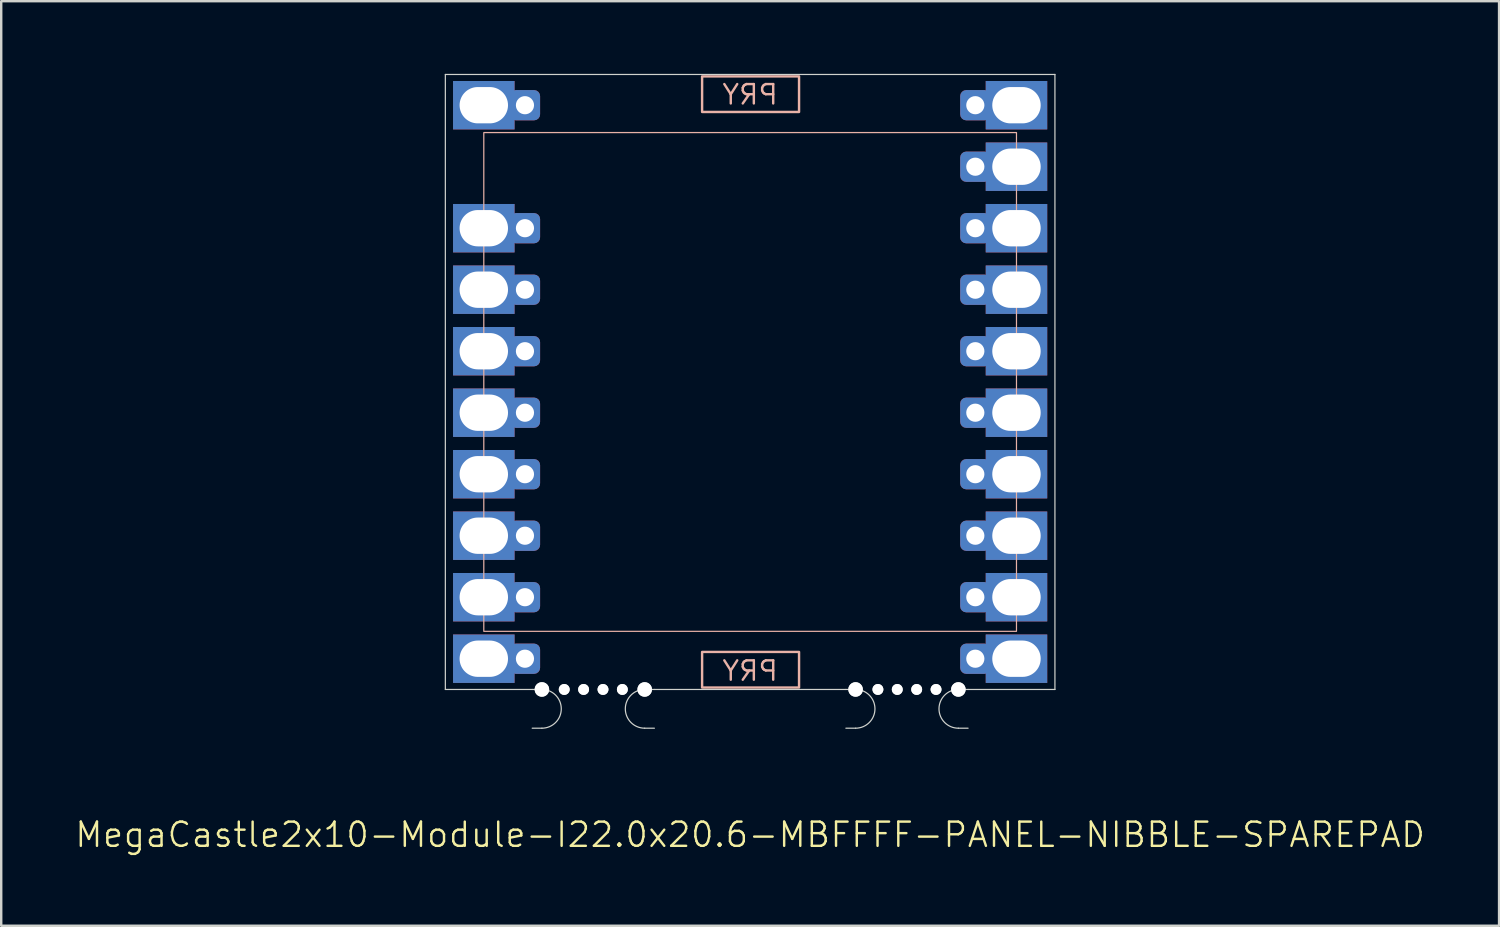
<source format=kicad_pcb>
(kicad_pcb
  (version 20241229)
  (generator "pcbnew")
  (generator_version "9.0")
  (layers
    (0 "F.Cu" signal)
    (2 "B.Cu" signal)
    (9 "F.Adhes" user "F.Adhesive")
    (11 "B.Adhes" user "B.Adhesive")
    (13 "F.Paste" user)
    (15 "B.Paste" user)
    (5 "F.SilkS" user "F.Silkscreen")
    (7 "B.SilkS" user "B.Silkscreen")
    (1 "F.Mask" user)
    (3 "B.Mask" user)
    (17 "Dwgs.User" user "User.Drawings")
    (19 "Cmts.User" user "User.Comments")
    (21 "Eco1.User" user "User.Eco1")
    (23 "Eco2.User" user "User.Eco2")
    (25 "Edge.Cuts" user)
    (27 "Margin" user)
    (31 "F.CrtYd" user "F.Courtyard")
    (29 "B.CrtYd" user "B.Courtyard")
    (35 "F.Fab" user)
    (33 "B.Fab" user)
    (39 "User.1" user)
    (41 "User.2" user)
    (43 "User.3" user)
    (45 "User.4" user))
  (footprint "MegaCastle2x10-Module-I22.0x20.6-MBFFFF-PANEL-NIBBLE-SPAREPAD"
    (layer "F.Cu")
    (at 27.931 12.725)
    (property "Reference" "MegaCastle2x10-Module-I22.0x20.6-MBFFFF-PANEL-NIBBLE-SPAREPAD" (at 0 18.7 0) (unlocked yes) (layer "F.SilkS") (effects (font (size 1 1) (thickness 0.1))))
    (attr smd)
    (fp_rect (start -11 10.3) (end 11 -10.3) (stroke (width 0.05) (type default)) (fill no) (layer "B.SilkS"))
    (fp_rect (start -1.984 -11.151) (end 2.02 -12.62) (stroke (width 0.1) (type default)) (fill no) (layer "B.SilkS"))
    (fp_rect (start -1.984 11.151) (end 2.02 12.62) (stroke (width 0.1) (type default)) (fill no) (layer "B.SilkS"))
    (fp_line (start -12.588 -12.7) (end -12.588 12.7) (stroke (width 0.05) (type default)) (layer "Edge.Cuts"))
    (fp_line (start -12.588 -12.7) (end 12.588 -12.7) (stroke (width 0.05) (type default)) (layer "Edge.Cuts"))
    (fp_line (start -12.588 12.7) (end -9 12.7) (stroke (width 0.05) (type default)) (layer "Edge.Cuts"))
    (fp_line (start -9 12.7) (end -8.6 12.7) (stroke (width 0.05) (type default)) (layer "Edge.Cuts"))
    (fp_line (start -9 14.3) (end -8.6 14.3) (stroke (width 0.05) (type default)) (layer "Edge.Cuts"))
    (fp_line (start -3.955 12.7) (end -4.355 12.7) (stroke (width 0.05) (type default)) (layer "Edge.Cuts"))
    (fp_line (start -3.955 12.7) (end 3.955 12.7) (stroke (width 0.05) (type default)) (layer "Edge.Cuts"))
    (fp_line (start -3.955 14.3) (end -4.355 14.3) (stroke (width 0.05) (type default)) (layer "Edge.Cuts"))
    (fp_line (start 3.955 12.7) (end 4.355 12.7) (stroke (width 0.05) (type default)) (layer "Edge.Cuts"))
    (fp_line (start 3.955 14.3) (end 4.355 14.3) (stroke (width 0.05) (type default)) (layer "Edge.Cuts"))
    (fp_line (start 9 12.7) (end 8.6 12.7) (stroke (width 0.05) (type default)) (layer "Edge.Cuts"))
    (fp_line (start 9 12.7) (end 12.588 12.7) (stroke (width 0.05) (type default)) (layer "Edge.Cuts"))
    (fp_line (start 9 14.3) (end 8.6 14.3) (stroke (width 0.05) (type default)) (layer "Edge.Cuts"))
    (fp_line (start 12.588 -12.7) (end 12.588 12.7) (stroke (width 0.05) (type default)) (layer "Edge.Cuts"))
    (fp_arc (start -8.6 12.7) (mid -7.8 13.5) (end -8.6 14.3) (stroke (width 0.05) (type default)) (layer "Edge.Cuts"))
    (fp_arc (start -4.355 14.3) (mid -5.155 13.5) (end -4.355 12.7) (stroke (width 0.05) (type default)) (layer "Edge.Cuts"))
    (fp_arc (start 4.355 12.7) (mid 5.155 13.5) (end 4.355 14.3) (stroke (width 0.05) (type default)) (layer "Edge.Cuts"))
    (fp_arc (start 8.6 14.3) (mid 7.8 13.5) (end 8.6 12.7) (stroke (width 0.05) (type default)) (layer "Edge.Cuts"))
    (fp_text user "PRY" (at 0 12.4 0) (unlocked yes) (layer "B.SilkS") (effects (font (size 0.8 0.8) (thickness 0.1)) (justify bottom mirror)))
    (fp_text user "PRY" (at 0 -11.4 0) (unlocked yes) (layer "B.SilkS") (effects (font (size 0.8 0.8) (thickness 0.1)) (justify bottom mirror)))
    (pad "" np_thru_hole circle (at -8.6 12.7) (size 0.6 0.6) (drill 0.6) (layers "*.Cu" "Edge.Cuts"))
    (pad "" np_thru_hole circle (at -7.678 12.7) (size 0.45 0.45) (drill 0.45) (layers "*.Cu" "Edge.Cuts"))
    (pad "" np_thru_hole circle (at -6.878 12.7) (size 0.45 0.45) (drill 0.45) (layers "*.Cu" "Edge.Cuts"))
    (pad "" np_thru_hole circle (at -6.077 12.7) (size 0.45 0.45) (drill 0.45) (layers "*.Cu" "Edge.Cuts"))
    (pad "" np_thru_hole circle (at -5.277 12.7) (size 0.45 0.45) (drill 0.45) (layers "*.Cu" "Edge.Cuts"))
    (pad "" np_thru_hole circle (at -4.355 12.7) (size 0.6 0.6) (drill 0.6) (layers "*.Cu" "Edge.Cuts"))
    (pad "" np_thru_hole circle (at 4.355 12.7) (size 0.6 0.6) (drill 0.6) (layers "*.Cu" "Edge.Cuts"))
    (pad "" np_thru_hole circle (at 5.277 12.7) (size 0.45 0.45) (drill 0.45) (layers "*.Cu" "Edge.Cuts"))
    (pad "" np_thru_hole circle (at 6.077 12.7) (size 0.45 0.45) (drill 0.45) (layers "*.Cu" "Edge.Cuts"))
    (pad "" np_thru_hole circle (at 6.878 12.7) (size 0.45 0.45) (drill 0.45) (layers "*.Cu" "Edge.Cuts"))
    (pad "" np_thru_hole circle (at 7.678 12.7) (size 0.45 0.45) (drill 0.45) (layers "*.Cu" "Edge.Cuts"))
    (pad "" np_thru_hole circle (at 8.6 12.7) (size 0.6 0.6) (drill 0.6) (layers "*.Cu" "Edge.Cuts"))
    (pad "1" thru_hole rect (at -11 -11.43) (size 2.54 2) (drill oval 2 1.5) (property pad_prop_castellated) (layers "*.Cu" "*.Mask"))
    (pad "1" thru_hole roundrect (at -9.3 -11.43 180) (size 1.25 1.25) (drill 0.75) (layers "*.Cu" "*.Mask") (roundrect_rratio 0.2))
    (pad "3" thru_hole rect (at -11 -6.35) (size 2.54 2) (drill oval 2 1.5) (property pad_prop_castellated) (layers "*.Cu" "*.Mask"))
    (pad "3" thru_hole roundrect (at -9.3 -6.35 180) (size 1.25 1.25) (drill 0.75) (layers "*.Cu" "*.Mask") (roundrect_rratio 0.2))
    (pad "4" thru_hole rect (at -11 -3.81) (size 2.54 2) (drill oval 2 1.5) (property pad_prop_castellated) (layers "*.Cu" "*.Mask"))
    (pad "4" thru_hole roundrect (at -9.3 -3.81 180) (size 1.25 1.25) (drill 0.75) (layers "*.Cu" "*.Mask") (roundrect_rratio 0.2))
    (pad "5" thru_hole rect (at -11 -1.27) (size 2.54 2) (drill oval 2 1.5) (property pad_prop_castellated) (layers "*.Cu" "*.Mask"))
    (pad "5" thru_hole roundrect (at -9.3 -1.27 180) (size 1.25 1.25) (drill 0.75) (layers "*.Cu" "*.Mask") (roundrect_rratio 0.2))
    (pad "6" thru_hole rect (at -11 1.27) (size 2.54 2) (drill oval 2 1.5) (property pad_prop_castellated) (layers "*.Cu" "*.Mask"))
    (pad "6" thru_hole roundrect (at -9.3 1.27 180) (size 1.25 1.25) (drill 0.75) (layers "*.Cu" "*.Mask") (roundrect_rratio 0.2))
    (pad "7" thru_hole rect (at -11 3.81) (size 2.54 2) (drill oval 2 1.5) (property pad_prop_castellated) (layers "*.Cu" "*.Mask"))
    (pad "7" thru_hole roundrect (at -9.3 3.81 180) (size 1.25 1.25) (drill 0.75) (layers "*.Cu" "*.Mask") (roundrect_rratio 0.2))
    (pad "8" thru_hole rect (at -11 6.35) (size 2.54 2) (drill oval 2 1.5) (property pad_prop_castellated) (layers "*.Cu" "*.Mask"))
    (pad "8" thru_hole roundrect (at -9.3 6.35 180) (size 1.25 1.25) (drill 0.75) (layers "*.Cu" "*.Mask") (roundrect_rratio 0.2))
    (pad "9" thru_hole rect (at -11 8.89) (size 2.54 2) (drill oval 2 1.5) (property pad_prop_castellated) (layers "*.Cu" "*.Mask"))
    (pad "9" thru_hole roundrect (at -9.3 8.89 180) (size 1.25 1.25) (drill 0.75) (layers "*.Cu" "*.Mask") (roundrect_rratio 0.2))
    (pad "10" thru_hole rect (at -11 11.43) (size 2.54 2) (drill oval 2 1.5) (property pad_prop_castellated) (layers "*.Cu" "*.Mask"))
    (pad "10" thru_hole roundrect (at -9.3 11.43 180) (size 1.25 1.25) (drill 0.75) (layers "*.Cu" "*.Mask") (roundrect_rratio 0.2))
    (pad "11" thru_hole roundrect (at 9.3 -11.43 180) (size 1.25 1.25) (drill 0.75) (layers "*.Cu" "*.Mask") (roundrect_rratio 0.2))
    (pad "11" thru_hole rect (at 11 -11.43) (size 2.54 2) (drill oval 2 1.5) (property pad_prop_castellated) (layers "*.Cu" "*.Mask"))
    (pad "12" thru_hole roundrect (at 9.3 -8.89 180) (size 1.25 1.25) (drill 0.75) (layers "*.Cu" "*.Mask") (roundrect_rratio 0.2))
    (pad "12" thru_hole rect (at 11 -8.89) (size 2.54 2) (drill oval 2 1.5) (property pad_prop_castellated) (layers "*.Cu" "*.Mask"))
    (pad "13" thru_hole roundrect (at 9.3 -6.35 180) (size 1.25 1.25) (drill 0.75) (layers "*.Cu" "*.Mask") (roundrect_rratio 0.2))
    (pad "13" thru_hole rect (at 11 -6.35) (size 2.54 2) (drill oval 2 1.5) (property pad_prop_castellated) (layers "*.Cu" "*.Mask"))
    (pad "14" thru_hole roundrect (at 9.3 -3.81 180) (size 1.25 1.25) (drill 0.75) (layers "*.Cu" "*.Mask") (roundrect_rratio 0.2))
    (pad "14" thru_hole rect (at 11 -3.81) (size 2.54 2) (drill oval 2 1.5) (property pad_prop_castellated) (layers "*.Cu" "*.Mask"))
    (pad "15" thru_hole roundrect (at 9.3 -1.27 180) (size 1.25 1.25) (drill 0.75) (layers "*.Cu" "*.Mask") (roundrect_rratio 0.2))
    (pad "15" thru_hole rect (at 11 -1.27) (size 2.54 2) (drill oval 2 1.5) (property pad_prop_castellated) (layers "*.Cu" "*.Mask"))
    (pad "16" thru_hole roundrect (at 9.3 1.27 180) (size 1.25 1.25) (drill 0.75) (layers "*.Cu" "*.Mask") (roundrect_rratio 0.2))
    (pad "16" thru_hole rect (at 11 1.27) (size 2.54 2) (drill oval 2 1.5) (property pad_prop_castellated) (layers "*.Cu" "*.Mask"))
    (pad "17" thru_hole roundrect (at 9.3 3.81 180) (size 1.25 1.25) (drill 0.75) (layers "*.Cu" "*.Mask") (roundrect_rratio 0.2))
    (pad "17" thru_hole rect (at 11 3.81) (size 2.54 2) (drill oval 2 1.5) (property pad_prop_castellated) (layers "*.Cu" "*.Mask"))
    (pad "18" thru_hole roundrect (at 9.3 6.35 180) (size 1.25 1.25) (drill 0.75) (layers "*.Cu" "*.Mask") (roundrect_rratio 0.2))
    (pad "18" thru_hole rect (at 11 6.35) (size 2.54 2) (drill oval 2 1.5) (property pad_prop_castellated) (layers "*.Cu" "*.Mask"))
    (pad "19" thru_hole roundrect (at 9.3 8.89 180) (size 1.25 1.25) (drill 0.75) (layers "*.Cu" "*.Mask") (roundrect_rratio 0.2))
    (pad "19" thru_hole rect (at 11 8.89) (size 2.54 2) (drill oval 2 1.5) (property pad_prop_castellated) (layers "*.Cu" "*.Mask"))
    (pad "20" thru_hole roundrect (at 9.3 11.43 180) (size 1.25 1.25) (drill 0.75) (layers "*.Cu" "*.Mask") (roundrect_rratio 0.2))
    (pad "20" thru_hole rect (at 11 11.43) (size 2.54 2) (drill oval 2 1.5) (property pad_prop_castellated) (layers "*.Cu" "*.Mask"))
    (zone (net_name "") (layer "B.Cu") (hatch edge 0.5) (connect_pads) (min_thickness 0.25) (filled_areas_thickness no) (keepout (tracks allowed) (vias allowed) (pads allowed) (copperpour allowed) (footprints not_allowed)) (placement (enabled no)) (fill) (polygon (pts (xy 16.931 25.425) (xy 16.931 0.025))))
    (zone (net_name "") (layer "B.Cu") (hatch edge 0.5) (connect_pads) (min_thickness 0.25) (filled_areas_thickness no) (keepout (tracks allowed) (vias allowed) (pads allowed) (copperpour allowed) (footprints not_allowed)) (placement (enabled no)) (fill) (polygon (pts (xy 38.931 25.425) (xy 38.931 0.025))))
    (zone (net_name "") (layer "B.Cu") (hatch edge 0.5) (connect_pads) (min_thickness 0.25) (filled_areas_thickness no) (keepout (tracks allowed) (vias allowed) (pads allowed) (copperpour allowed) (footprints not_allowed)) (placement (enabled no)) (fill) (polygon (pts (xy 16.931 0.025) (xy 16.931 2.425) (xy 38.931 2.425) (xy 38.931 0.025))))
    (zone (net_name "") (layer "B.Cu") (hatch edge 0.5) (connect_pads) (min_thickness 0.25) (filled_areas_thickness no) (keepout (tracks allowed) (vias allowed) (pads allowed) (copperpour allowed) (footprints not_allowed)) (placement (enabled no)) (fill) (polygon (pts (xy 16.931 25.425) (xy 16.931 23.025) (xy 38.931 23.025) (xy 38.931 25.425))))
    (zone (net_name "") (layer "B.Cu") (name "Upper Pry Zone") (hatch edge 0.5) (connect_pads) (min_thickness 0.25) (filled_areas_thickness no) (keepout (tracks not_allowed) (vias not_allowed) (pads not_allowed) (copperpour allowed) (footprints not_allowed)) (placement (enabled no)) (fill) (polygon (pts (xy 25.947 1.574) (xy 25.947 0.105) (xy 29.95 0.105) (xy 29.95 1.574))))
    (zone (net_name "") (layer "B.Cu") (name "Upper Pry Zone") (hatch edge 0.5) (connect_pads) (min_thickness 0.25) (filled_areas_thickness no) (keepout (tracks not_allowed) (vias not_allowed) (pads not_allowed) (copperpour allowed) (footprints not_allowed)) (placement (enabled no)) (fill) (polygon (pts (xy 25.947 23.876) (xy 25.947 25.345) (xy 29.95 25.345) (xy 29.95 23.876)))))
  (gr_rect
    (start -3 -3)
    (end 58.862 35.185)
    (stroke (width 0.1) (type default))
    (fill no)
    (layer "Edge.Cuts")))
</source>
